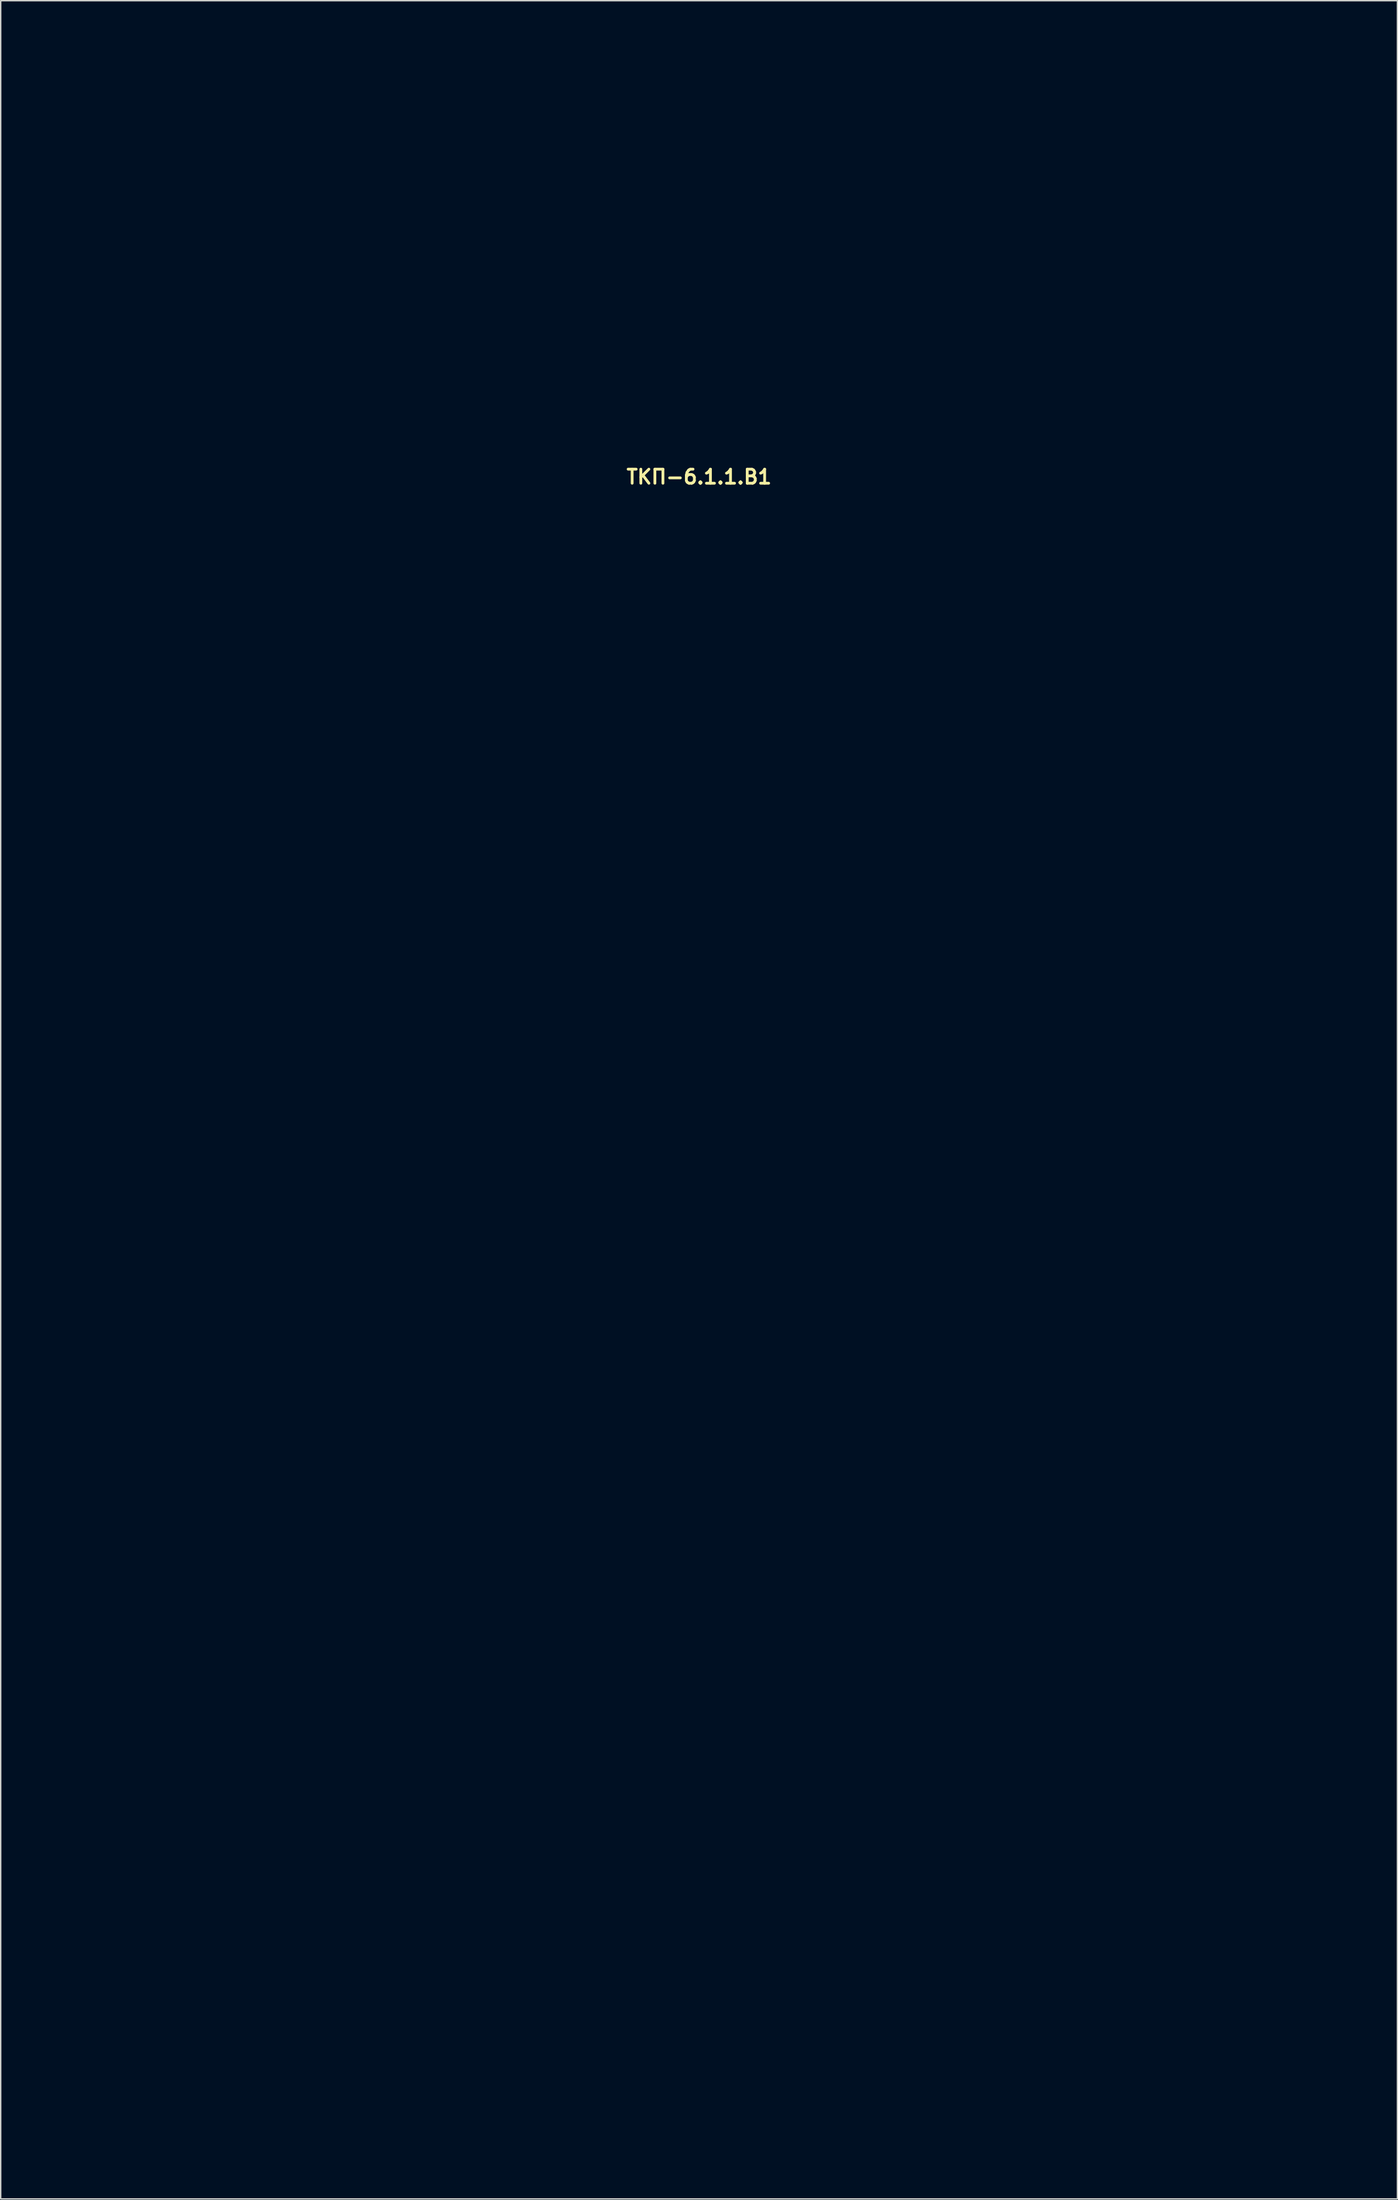
<source format=kicad_pcb>
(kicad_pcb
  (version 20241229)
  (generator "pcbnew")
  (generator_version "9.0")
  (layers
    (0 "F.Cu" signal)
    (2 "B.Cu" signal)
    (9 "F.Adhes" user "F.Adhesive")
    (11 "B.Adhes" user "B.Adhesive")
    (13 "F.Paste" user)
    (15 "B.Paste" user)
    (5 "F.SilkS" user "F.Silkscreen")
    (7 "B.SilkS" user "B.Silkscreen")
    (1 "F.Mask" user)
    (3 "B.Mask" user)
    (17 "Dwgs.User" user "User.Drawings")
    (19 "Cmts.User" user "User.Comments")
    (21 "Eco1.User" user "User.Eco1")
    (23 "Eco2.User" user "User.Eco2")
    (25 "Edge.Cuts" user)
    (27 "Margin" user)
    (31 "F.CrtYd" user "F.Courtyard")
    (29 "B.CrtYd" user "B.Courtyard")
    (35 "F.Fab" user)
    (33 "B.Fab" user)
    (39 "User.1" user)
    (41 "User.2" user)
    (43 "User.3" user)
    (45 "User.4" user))
  (footprint "ТКП-6.1.1.B1"
    (layer "F.Cu")
    (at 46.7 90.95)
    (property "Reference" "ТКП-6.1.1.B1" (at 0 -60.071 0) (layer "F.SilkS") (effects (font (size 1 1) (thickness 0.2))))
    (attr through_hole)
    (fp_line (start -46.5 -87.65) (end -46.5 -59.25) (stroke (width 0.4) (type solid)) (layer "Eco2.User"))
    (fp_line (start -46.5 -87.65) (end -45 -87.65) (stroke (width 0.4) (type solid)) (layer "Eco2.User"))
    (fp_line (start -46.5 -59.25) (end -46.5 59.25) (stroke (width 0.4) (type solid)) (layer "Eco2.User"))
    (fp_line (start -46.5 -59.25) (end -45 -59.25) (stroke (width 0.4) (type solid)) (layer "Eco2.User"))
    (fp_line (start -46.5 59.25) (end -45 59.25) (stroke (width 0.4) (type solid)) (layer "Eco2.User"))
    (fp_line (start -45 -87.65) (end -45 -59.25) (stroke (width 0.4) (type solid)) (layer "Eco2.User"))
    (fp_line (start -45 -59.25) (end -45 59.25) (stroke (width 0.4) (type solid)) (layer "Eco2.User"))
    (fp_line (start -45 -56.15) (end -44.8 -56.15) (stroke (width 0.4) (type solid)) (layer "Eco2.User"))
    (fp_line (start -45 56.15) (end -44.8 56.15) (stroke (width 0.4) (type solid)) (layer "Eco2.User"))
    (fp_line (start -44.8 -87.65) (end -44.8 -59.25) (stroke (width 0.4) (type solid)) (layer "Eco2.User"))
    (fp_line (start -44.8 -87.65) (end -43.4 -87.65) (stroke (width 0.4) (type solid)) (layer "Eco2.User"))
    (fp_line (start -44.8 -59.25) (end -44.8 -49.65) (stroke (width 0.4) (type solid)) (layer "Eco2.User"))
    (fp_line (start -44.8 -59.25) (end 44.8 -59.25) (stroke (width 0.4) (type solid)) (layer "Eco2.User"))
    (fp_line (start -44.8 49.65) (end -44.8 59.25) (stroke (width 0.4) (type solid)) (layer "Eco2.User"))
    (fp_line (start -44.8 59.25) (end 44.8 59.25) (stroke (width 0.4) (type solid)) (layer "Eco2.User"))
    (fp_line (start -43.4 -90.75) (end -43.4 -87.65) (stroke (width 0.4) (type solid)) (layer "Eco2.User"))
    (fp_line (start -43.4 -90.75) (end 43.4 -90.75) (stroke (width 0.4) (type solid)) (layer "Eco2.User"))
    (fp_line (start -41.7 -46.55) (end -36.9 -46.55) (stroke (width 0.4) (type solid)) (layer "Eco2.User"))
    (fp_line (start -41.7 46.55) (end -36.9 46.55) (stroke (width 0.4) (type solid)) (layer "Eco2.User"))
    (fp_line (start -33.8 -62.975) (end -33.8 -59.25) (stroke (width 0.4) (type solid)) (layer "Eco2.User"))
    (fp_line (start -33.8 -59.25) (end -33.8 -49.65) (stroke (width 0.4) (type solid)) (layer "Eco2.User"))
    (fp_line (start -33.8 -57.75) (end 33.8 -57.75) (stroke (width 0.4) (type solid)) (layer "Eco2.User"))
    (fp_line (start -33.8 49.65) (end -33.8 59.25) (stroke (width 0.4) (type solid)) (layer "Eco2.User"))
    (fp_line (start -33.8 57.75) (end 33.8 57.75) (stroke (width 0.4) (type solid)) (layer "Eco2.User"))
    (fp_line (start -33.05 -62.975) (end -33.05 -59.25) (stroke (width 0.4) (type solid)) (layer "Eco2.User"))
    (fp_line (start -33.05 -59.25) (end -33.05 -57.75) (stroke (width 0.4) (type solid)) (layer "Eco2.User"))
    (fp_line (start -33.05 57.75) (end -33.05 59.25) (stroke (width 0.4) (type solid)) (layer "Eco2.User"))
    (fp_line (start 33.05 -62.975) (end 33.05 -59.25) (stroke (width 0.4) (type solid)) (layer "Eco2.User"))
    (fp_line (start 33.05 -59.25) (end 33.05 -57.75) (stroke (width 0.4) (type solid)) (layer "Eco2.User"))
    (fp_line (start 33.05 57.75) (end 33.05 59.25) (stroke (width 0.4) (type solid)) (layer "Eco2.User"))
    (fp_line (start 33.8 -62.975) (end 33.8 -59.25) (stroke (width 0.4) (type solid)) (layer "Eco2.User"))
    (fp_line (start 33.8 -59.25) (end 33.8 -49.65) (stroke (width 0.4) (type solid)) (layer "Eco2.User"))
    (fp_line (start 33.8 49.65) (end 33.8 59.25) (stroke (width 0.4) (type solid)) (layer "Eco2.User"))
    (fp_line (start 36.9 -46.55) (end 41.7 -46.55) (stroke (width 0.4) (type solid)) (layer "Eco2.User"))
    (fp_line (start 36.9 46.55) (end 41.7 46.55) (stroke (width 0.4) (type solid)) (layer "Eco2.User"))
    (fp_line (start 43.4 -90.75) (end 43.4 -87.65) (stroke (width 0.4) (type solid)) (layer "Eco2.User"))
    (fp_line (start 43.4 -87.65) (end 44.8 -87.65) (stroke (width 0.4) (type solid)) (layer "Eco2.User"))
    (fp_line (start 44.8 -87.65) (end 44.8 -59.25) (stroke (width 0.4) (type solid)) (layer "Eco2.User"))
    (fp_line (start 44.8 -59.25) (end 44.8 -49.65) (stroke (width 0.4) (type solid)) (layer "Eco2.User"))
    (fp_line (start 44.8 -56.15) (end 45 -56.15) (stroke (width 0.4) (type solid)) (layer "Eco2.User"))
    (fp_line (start 44.8 49.65) (end 44.8 59.25) (stroke (width 0.4) (type solid)) (layer "Eco2.User"))
    (fp_line (start 44.8 56.15) (end 45 56.15) (stroke (width 0.4) (type solid)) (layer "Eco2.User"))
    (fp_line (start 45 -87.65) (end 45 -59.25) (stroke (width 0.4) (type solid)) (layer "Eco2.User"))
    (fp_line (start 45 -87.65) (end 46.5 -87.65) (stroke (width 0.4) (type solid)) (layer "Eco2.User"))
    (fp_line (start 45 -59.25) (end 45 59.25) (stroke (width 0.4) (type solid)) (layer "Eco2.User"))
    (fp_line (start 45 -59.25) (end 46.5 -59.25) (stroke (width 0.4) (type solid)) (layer "Eco2.User"))
    (fp_line (start 45 59.25) (end 46.5 59.25) (stroke (width 0.4) (type solid)) (layer "Eco2.User"))
    (fp_line (start 46.5 -87.65) (end 46.5 -59.25) (stroke (width 0.4) (type solid)) (layer "Eco2.User"))
    (fp_line (start 46.5 -59.25) (end 46.5 59.25) (stroke (width 0.4) (type solid)) (layer "Eco2.User"))
    (fp_arc (start -46.5 -87.65) (mid -45.592031 -89.842031) (end -43.4 -90.75) (stroke (width 0.4) (type solid)) (layer "Eco2.User"))
    (fp_arc (start -45 -87.65) (mid -44.531371 -88.781371) (end -43.4 -89.25) (stroke (width 0.4) (type solid)) (layer "Eco2.User"))
    (fp_arc (start -44.8 49.65) (mid -43.892031 47.457969) (end -41.7 46.55) (stroke (width 0.4) (type solid)) (layer "Eco2.User"))
    (fp_arc (start -41.7 -46.55) (mid -43.892031 -47.457969) (end -44.8 -49.65) (stroke (width 0.4) (type solid)) (layer "Eco2.User"))
    (fp_arc (start -36.9 46.55) (mid -34.707969 47.457969) (end -33.8 49.65) (stroke (width 0.4) (type solid)) (layer "Eco2.User"))
    (fp_arc (start -33.8 -62.975) (mid -33.425 -63.35) (end -33.05 -62.975) (stroke (width 0.4) (type solid)) (layer "Eco2.User"))
    (fp_arc (start -33.8 -49.65) (mid -34.707969 -47.457969) (end -36.9 -46.55) (stroke (width 0.4) (type solid)) (layer "Eco2.User"))
    (fp_arc (start 33.05 -62.975) (mid 33.425 -63.35) (end 33.8 -62.975) (stroke (width 0.4) (type solid)) (layer "Eco2.User"))
    (fp_arc (start 33.8 49.65) (mid 34.707969 47.457969) (end 36.9 46.55) (stroke (width 0.4) (type solid)) (layer "Eco2.User"))
    (fp_arc (start 36.9 -46.55) (mid 34.707969 -47.457969) (end 33.8 -49.65) (stroke (width 0.4) (type solid)) (layer "Eco2.User"))
    (fp_arc (start 41.7 46.55) (mid 43.892031 47.457969) (end 44.8 49.65) (stroke (width 0.4) (type solid)) (layer "Eco2.User"))
    (fp_arc (start 43.4 -90.75) (mid 45.592031 -89.842031) (end 46.5 -87.65) (stroke (width 0.4) (type solid)) (layer "Eco2.User"))
    (fp_arc (start 43.4 -89.25) (mid 44.531371 -88.781371) (end 45 -87.65) (stroke (width 0.4) (type solid)) (layer "Eco2.User"))
    (fp_arc (start 44.8 -49.65) (mid 43.892031 -47.457969) (end 41.7 -46.55) (stroke (width 0.4) (type solid)) (layer "Eco2.User"))
    (fp_circle (center -38.6 -51.35) (end -37.1 -51.35) (stroke (width 0.4) (type solid)) (fill no) (layer "Eco2.User"))
    (fp_circle (center -38.6 51.35) (end -37.1 51.35) (stroke (width 0.4) (type solid)) (fill no) (layer "Eco2.User"))
    (fp_circle (center -19.05 -71.75) (end -11.55 -71.75) (stroke (width 0.4) (type solid)) (fill no) (layer "Eco2.User"))
    (fp_circle (center 0 -70.75) (end 5.5 -70.75) (stroke (width 0.4) (type solid)) (fill no) (layer "Eco2.User"))
    (fp_circle (center 19.05 -71.75) (end 26.55 -71.75) (stroke (width 0.4) (type solid)) (fill no) (layer "Eco2.User"))
    (fp_circle (center 38.6 -51.35) (end 40.1 -51.35) (stroke (width 0.4) (type solid)) (fill no) (layer "Eco2.User"))
    (fp_circle (center 38.6 51.35) (end 40.1 51.35) (stroke (width 0.4) (type solid)) (fill no) (layer "Eco2.User")))
  (gr_rect
    (start -3 -3)
    (end 96.4 153.4)
    (stroke (width 0.1) (type default))
    (fill no)
    (layer "Edge.Cuts")))
</source>
